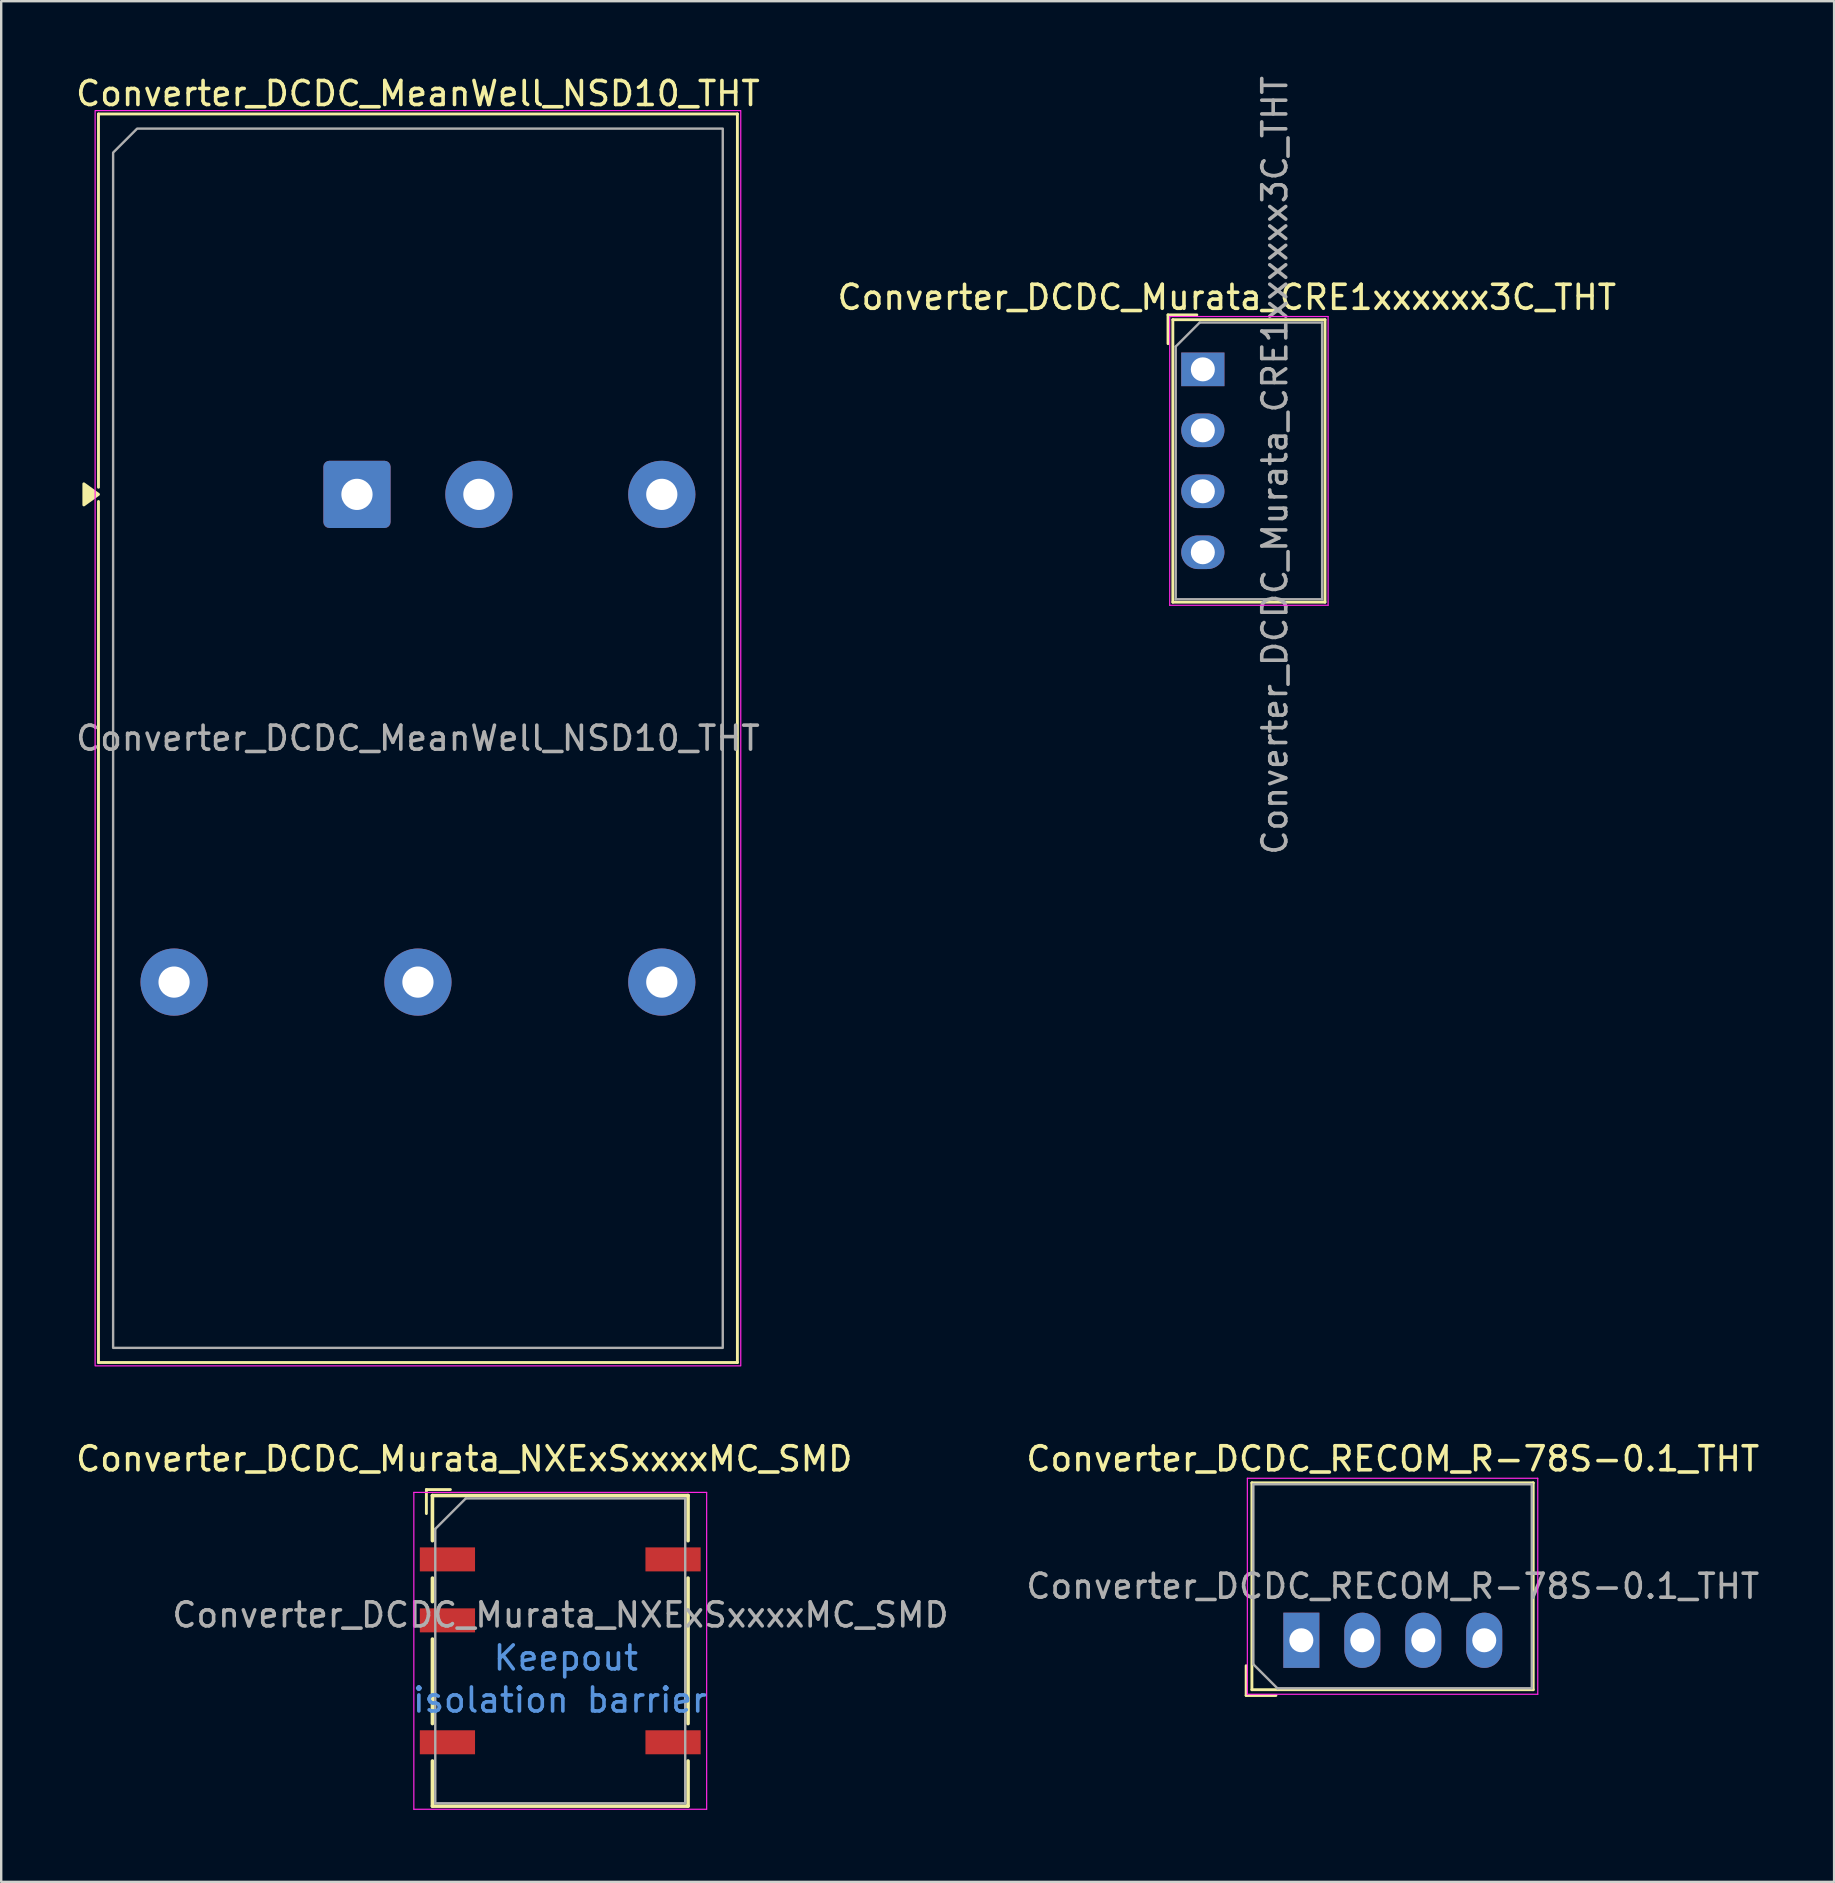
<source format=kicad_pcb>
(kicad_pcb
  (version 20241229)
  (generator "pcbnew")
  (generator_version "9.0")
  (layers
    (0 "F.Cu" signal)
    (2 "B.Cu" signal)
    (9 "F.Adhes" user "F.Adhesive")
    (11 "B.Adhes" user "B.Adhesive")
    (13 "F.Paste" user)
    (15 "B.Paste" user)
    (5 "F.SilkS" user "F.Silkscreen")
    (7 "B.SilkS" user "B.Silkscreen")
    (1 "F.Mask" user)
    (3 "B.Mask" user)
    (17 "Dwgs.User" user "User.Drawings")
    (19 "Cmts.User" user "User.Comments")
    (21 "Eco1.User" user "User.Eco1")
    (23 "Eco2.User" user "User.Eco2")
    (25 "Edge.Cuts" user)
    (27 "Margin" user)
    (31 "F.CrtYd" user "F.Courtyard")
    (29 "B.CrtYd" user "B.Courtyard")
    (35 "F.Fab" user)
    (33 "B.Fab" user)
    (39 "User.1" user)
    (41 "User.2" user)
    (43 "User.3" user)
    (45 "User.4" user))
  (footprint "Converter_DCDC_MeanWell_NSD10_THT"
    (layer "F.Cu")
    (at 11.823 17.548)
    (property "Reference" "Converter_DCDC_MeanWell_NSD10_THT" (at 2.54 -16.7 0) (layer "F.SilkS") (effects (font (size 1 1) (thickness 0.15))))
    (attr through_hole)
    (fp_line (start -10.77 -15.85) (end 15.85 -15.85) (stroke (width 0.12) (type solid)) (layer "F.SilkS"))
    (fp_line (start -10.77 -0.296) (end -10.77 -15.85) (stroke (width 0.12) (type solid)) (layer "F.SilkS"))
    (fp_line (start -10.77 36.17) (end -10.77 0.296) (stroke (width 0.12) (type solid)) (layer "F.SilkS"))
    (fp_line (start 15.85 -15.85) (end 15.85 36.17) (stroke (width 0.12) (type solid)) (layer "F.SilkS"))
    (fp_line (start 15.85 36.17) (end -10.77 36.17) (stroke (width 0.12) (type solid)) (layer "F.SilkS"))
    (fp_poly (pts (xy -10.77 0) (xy -11.38 0.44) (xy -11.38 -0.44)) (stroke (width 0.12) (type solid)) (fill yes) (layer "F.SilkS"))
    (fp_rect (start -10.91 -15.99) (end 15.99 36.31) (stroke (width 0.05) (type solid)) (fill no) (layer "F.CrtYd"))
    (fp_poly (pts (xy -10.16 -14.24) (xy -10.16 35.56) (xy 15.24 35.56) (xy 15.24 -15.24) (xy -9.16 -15.24)) (stroke (width 0.1) (type solid)) (fill no) (layer "F.Fab"))
    (fp_text user "${REFERENCE}" (at 2.54 10.16 0) (layer "F.Fab") (effects (font (size 1 1) (thickness 0.15))))
    (pad "1" thru_hole roundrect (at 0 0) (size 2.8 2.8) (drill 1.3) (layers "*.Cu" "*.Mask") (roundrect_rratio 0.089))
    (pad "2" thru_hole circle (at 5.08 0) (size 2.8 2.8) (drill 1.3) (layers "*.Cu" "*.Mask"))
    (pad "3" thru_hole circle (at -7.62 20.32) (size 2.8 2.8) (drill 1.3) (layers "*.Cu" "*.Mask"))
    (pad "4" thru_hole circle (at 2.54 20.32) (size 2.8 2.8) (drill 1.3) (layers "*.Cu" "*.Mask"))
    (pad "5" thru_hole circle (at 12.7 20.32) (size 2.8 2.8) (drill 1.3) (layers "*.Cu" "*.Mask"))
    (pad "6" thru_hole circle (at 12.7 0) (size 2.8 2.8) (drill 1.3) (layers "*.Cu" "*.Mask")))
  (footprint "Converter_DCDC_Murata_CRE1xxxxxx3C_THT"
    (layer "F.Cu")
    (at 47.065 12.339)
    (property "Reference" "Converter_DCDC_Murata_CRE1xxxxxx3C_THT" (at 1 -3 0) (layer "F.SilkS") (effects (font (size 1 1) (thickness 0.15))))
    (attr through_hole)
    (fp_line (start -1.45 -2.27) (end -1.45 -1.07) (stroke (width 0.12) (type solid)) (layer "F.SilkS"))
    (fp_line (start -1.25 -2.07) (end -1.25 9.7) (stroke (width 0.12) (type solid)) (layer "F.SilkS"))
    (fp_line (start -0.25 -2.27) (end -1.45 -2.27) (stroke (width 0.12) (type solid)) (layer "F.SilkS"))
    (fp_line (start 5.09 -2.07) (end -1.25 -2.07) (stroke (width 0.12) (type solid)) (layer "F.SilkS"))
    (fp_line (start 5.09 -2.07) (end 5.09 9.7) (stroke (width 0.12) (type solid)) (layer "F.SilkS"))
    (fp_line (start 5.09 9.7) (end -1.25 9.7) (stroke (width 0.12) (type solid)) (layer "F.SilkS"))
    (fp_line (start -1.38 -2.2) (end -1.38 9.83) (stroke (width 0.05) (type solid)) (layer "F.CrtYd"))
    (fp_line (start 5.22 -2.2) (end -1.38 -2.2) (stroke (width 0.05) (type solid)) (layer "F.CrtYd"))
    (fp_line (start 5.22 -2.2) (end 5.22 9.83) (stroke (width 0.05) (type solid)) (layer "F.CrtYd"))
    (fp_line (start 5.22 9.83) (end -1.38 9.83) (stroke (width 0.05) (type solid)) (layer "F.CrtYd"))
    (fp_line (start -1.13 -0.95) (end -1.13 9.58) (stroke (width 0.1) (type solid)) (layer "F.Fab"))
    (fp_line (start -1.13 9.58) (end 4.97 9.58) (stroke (width 0.1) (type solid)) (layer "F.Fab"))
    (fp_line (start -0.13 -1.95) (end -1.13 -0.95) (stroke (width 0.1) (type solid)) (layer "F.Fab"))
    (fp_line (start -0.13 -1.95) (end 4.97 -1.95) (stroke (width 0.1) (type solid)) (layer "F.Fab"))
    (fp_line (start 4.97 -1.95) (end 4.97 9.58) (stroke (width 0.1) (type solid)) (layer "F.Fab"))
    (fp_text user "${REFERENCE}" (at 3 4 90) (layer "F.Fab") (effects (font (size 1 1) (thickness 0.15))))
    (pad "1" thru_hole rect (at 0 0 270) (size 1.4 1.8) (drill 1) (layers "*.Cu" "*.Mask"))
    (pad "2" thru_hole oval (at 0 2.54 270) (size 1.4 1.8) (drill 1) (layers "*.Cu" "*.Mask"))
    (pad "3" thru_hole oval (at 0 5.08 270) (size 1.4 1.8) (drill 1) (layers "*.Cu" "*.Mask"))
    (pad "4" thru_hole oval (at 0 7.62 270) (size 1.4 1.8) (drill 1) (layers "*.Cu" "*.Mask")))
  (footprint "Converter_DCDC_Murata_NXExSxxxxMC_SMD"
    (layer "F.Cu")
    (at 20.292 67.001)
    (property "Reference" "Converter_DCDC_Murata_NXExSxxxxMC_SMD" (at -4 -9.27 0) (layer "F.SilkS") (effects (font (size 1 1) (thickness 0.15))))
    (attr smd)
    (fp_line (start -5.577 -7.99) (end -5.577 -6.99) (stroke (width 0.12) (type solid)) (layer "F.SilkS"))
    (fp_line (start -5.325 -7.74) (end 5.325 -7.74) (stroke (width 0.15) (type solid)) (layer "F.SilkS"))
    (fp_line (start -5.325 -5.86) (end -5.325 -7.74) (stroke (width 0.15) (type solid)) (layer "F.SilkS"))
    (fp_line (start -5.325 -3.32) (end -5.325 -4.3) (stroke (width 0.15) (type solid)) (layer "F.SilkS"))
    (fp_line (start -5.325 1.76) (end -5.325 -1.76) (stroke (width 0.15) (type solid)) (layer "F.SilkS"))
    (fp_line (start -5.325 5.2) (end -5.325 3.32) (stroke (width 0.15) (type solid)) (layer "F.SilkS"))
    (fp_line (start -4.577 -7.99) (end -5.577 -7.99) (stroke (width 0.12) (type solid)) (layer "F.SilkS"))
    (fp_line (start 5.325 -7.74) (end 5.325 -5.86) (stroke (width 0.15) (type solid)) (layer "F.SilkS"))
    (fp_line (start 5.325 -4.3) (end 5.325 1.76) (stroke (width 0.15) (type solid)) (layer "F.SilkS"))
    (fp_line (start 5.325 3.32) (end 5.325 5.2) (stroke (width 0.15) (type solid)) (layer "F.SilkS"))
    (fp_line (start 5.325 5.2) (end -5.325 5.2) (stroke (width 0.15) (type solid)) (layer "F.SilkS"))
    (fp_line (start -6.1 5.33) (end -6.1 -7.87) (stroke (width 0.05) (type solid)) (layer "F.CrtYd"))
    (fp_line (start 6.1 -7.87) (end -6.1 -7.87) (stroke (width 0.05) (type solid)) (layer "F.CrtYd"))
    (fp_line (start 6.1 -7.87) (end 6.1 5.33) (stroke (width 0.05) (type solid)) (layer "F.CrtYd"))
    (fp_line (start 6.1 5.33) (end -6.1 5.33) (stroke (width 0.05) (type solid)) (layer "F.CrtYd"))
    (fp_line (start -5.207 5.08) (end -5.207 -6.35) (stroke (width 0.1) (type solid)) (layer "F.Fab"))
    (fp_line (start -3.937 -7.62) (end -5.207 -6.35) (stroke (width 0.1) (type solid)) (layer "F.Fab"))
    (fp_line (start -3.937 -7.62) (end 5.207 -7.62) (stroke (width 0.1) (type solid)) (layer "F.Fab"))
    (fp_line (start 5.207 -7.62) (end 5.207 5.08) (stroke (width 0.1) (type solid)) (layer "F.Fab"))
    (fp_line (start 5.207 5.08) (end -5.207 5.08) (stroke (width 0.1) (type solid)) (layer "F.Fab"))
    (fp_text user "Keepout" (at 0.234 -0.973 0) (layer "Cmts.User") (effects (font (size 1 1) (thickness 0.15))))
    (fp_text user "isolation barrier" (at -0.01 0.78 0) (layer "Cmts.User") (effects (font (size 1 1) (thickness 0.15))))
    (fp_text user "${REFERENCE}" (at 0.01 -2.766 0) (layer "F.Fab") (effects (font (size 1 1) (thickness 0.15))))
    (pad "1" smd rect (at -4.7 -5.08) (size 2.3 1) (layers "F.Cu" "F.Mask" "F.Paste"))
    (pad "3" smd rect (at -4.7 -2.54) (size 2.3 1) (layers "F.Cu" "F.Mask" "F.Paste"))
    (pad "7" smd rect (at -4.7 2.54) (size 2.3 1) (layers "F.Cu" "F.Mask" "F.Paste"))
    (pad "8" smd rect (at 4.7 2.54) (size 2.3 1) (layers "F.Cu" "F.Mask" "F.Paste"))
    (pad "14" smd rect (at 4.7 -5.08) (size 2.3 1) (layers "F.Cu" "F.Mask" "F.Paste"))
    (zone (net_name "") (layer "F.Cu") (hatch full 0.508) (connect_pads) (min_thickness 0.254) (filled_areas_thickness no) (keepout (tracks not_allowed) (vias not_allowed) (pads not_allowed) (copperpour not_allowed) (footprints not_allowed)) (placement (enabled no)) (fill) (polygon (pts (xy 14.192 65.082) (xy 26.392 65.082) (xy 26.392 68.931) (xy 14.192 68.931)))))
  (footprint "Converter_DCDC_RECOM_R-78S-0.1_THT"
    (layer "F.Cu")
    (at 51.17 65.291)
    (property "Reference" "Converter_DCDC_RECOM_R-78S-0.1_THT" (at 3.81 -7.56 0) (layer "F.SilkS") (effects (font (size 1 1) (thickness 0.15))))
    (attr through_hole)
    (fp_line (start -2.3 1.06) (end -2.3 2.3) (stroke (width 0.12) (type solid)) (layer "F.SilkS"))
    (fp_line (start -2.3 2.3) (end -1.06 2.3) (stroke (width 0.12) (type solid)) (layer "F.SilkS"))
    (fp_line (start -2.06 -6.56) (end 9.66 -6.56) (stroke (width 0.12) (type solid)) (layer "F.SilkS"))
    (fp_line (start -2.06 2.06) (end -2.06 -6.56) (stroke (width 0.12) (type solid)) (layer "F.SilkS"))
    (fp_line (start 9.66 -6.56) (end 9.66 2.06) (stroke (width 0.12) (type solid)) (layer "F.SilkS"))
    (fp_line (start 9.66 2.06) (end -2.06 2.06) (stroke (width 0.12) (type solid)) (layer "F.SilkS"))
    (fp_line (start -2.25 -6.75) (end -2.25 2.25) (stroke (width 0.05) (type solid)) (layer "F.CrtYd"))
    (fp_line (start -2.25 2.25) (end 9.85 2.25) (stroke (width 0.05) (type solid)) (layer "F.CrtYd"))
    (fp_line (start 9.85 -6.75) (end -2.25 -6.75) (stroke (width 0.05) (type solid)) (layer "F.CrtYd"))
    (fp_line (start 9.85 2.25) (end 9.85 -6.75) (stroke (width 0.05) (type solid)) (layer "F.CrtYd"))
    (fp_line (start -2 -6.5) (end 9.6 -6.5) (stroke (width 0.1) (type solid)) (layer "F.Fab"))
    (fp_line (start -2 1) (end -2 -6.5) (stroke (width 0.1) (type solid)) (layer "F.Fab"))
    (fp_line (start -1 2) (end -2 1) (stroke (width 0.1) (type solid)) (layer "F.Fab"))
    (fp_line (start 9.6 -6.5) (end 9.6 2) (stroke (width 0.1) (type solid)) (layer "F.Fab"))
    (fp_line (start 9.6 2) (end -1 2) (stroke (width 0.1) (type solid)) (layer "F.Fab"))
    (fp_text user "${REFERENCE}" (at 3.81 -2.25 0) (layer "F.Fab") (effects (font (size 1 1) (thickness 0.15))))
    (pad "1" thru_hole rect (at 0 0) (size 1.5 2.3) (drill 1) (layers "*.Cu" "*.Mask"))
    (pad "2" thru_hole oval (at 2.54 0) (size 1.5 2.3) (drill 1) (layers "*.Cu" "*.Mask"))
    (pad "3" thru_hole oval (at 5.08 0) (size 1.5 2.3) (drill 1) (layers "*.Cu" "*.Mask"))
    (pad "4" thru_hole oval (at 7.62 0) (size 1.5 2.3) (drill 1) (layers "*.Cu" "*.Mask")))
  (gr_rect
    (start -3 -3)
    (end 73.367 75.356)
    (stroke (width 0.1) (type default))
    (fill no)
    (layer "Edge.Cuts")))
</source>
